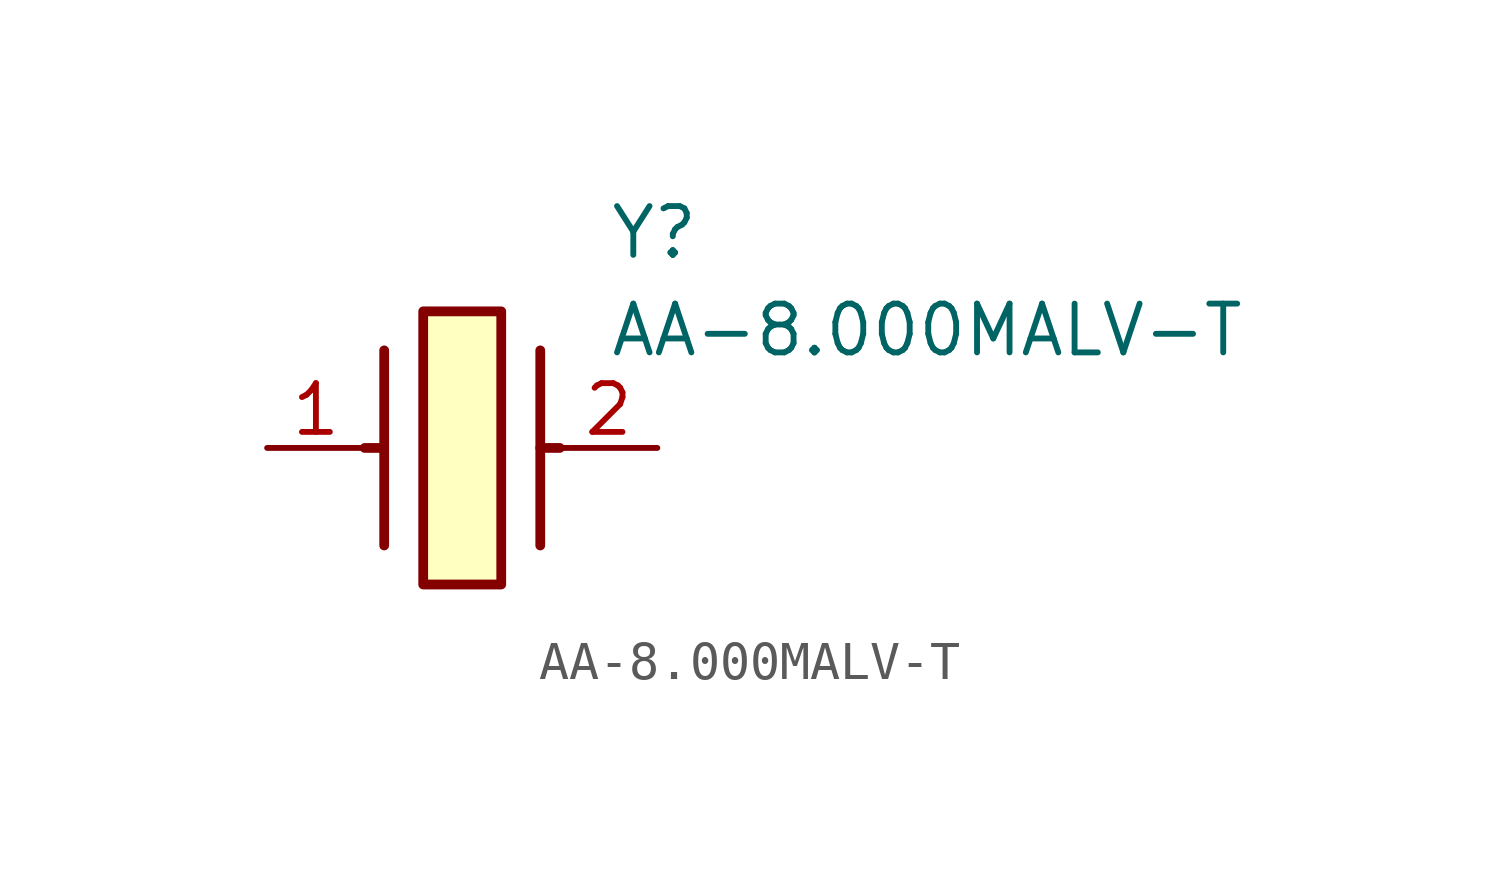
<source format=kicad_sym>
(kicad_symbol_lib
  (version 20211014)
  (generator SamacSys_ECAD_Model)
  (symbol "AA-8.000MALV-T"
    (pin_names hide)
    (property "Reference" "Y"
      (at 8.89 6.35 0)
      (effects (font (size 1.27 1.27)) (justify left top)))
    (property "Value" "AA-8.000MALV-T"
      (at 8.89 3.81 0)
      (effects (font (size 1.27 1.27)) (justify left top)))
    (rectangle
      (start 4.064 3.556)
      (end 6.096 -3.556)
      (stroke (width 0.254) (type default))
      (fill (type background)))
    (polyline
      (pts (xy 3.048 2.54) (xy 3.048 -2.54))
      (stroke (width 0.254) (type default))
      (fill (type none)))
    (polyline
      (pts (xy 7.112 2.54) (xy 7.112 -2.54))
      (stroke (width 0.254) (type default))
      (fill (type none)))
    (polyline
      (pts (xy 7.112 0) (xy 7.62 0))
      (stroke (width 0.254) (type default))
      (fill (type none)))
    (polyline
      (pts (xy 3.048 0) (xy 2.54 0))
      (stroke (width 0.254) (type default))
      (fill (type none)))
    (pin passive line
      (at 0 0 0)
      (length 2.54)
      (name "1" (effects (font (size 1.27 1.27))))
      (number "1" (effects (font (size 1.27 1.27)))))
    (pin passive line
      (at 10.16 0 180)
      (length 2.54)
      (name "2" (effects (font (size 1.27 1.27))))
      (number "2" (effects (font (size 1.27 1.27)))))))
</source>
